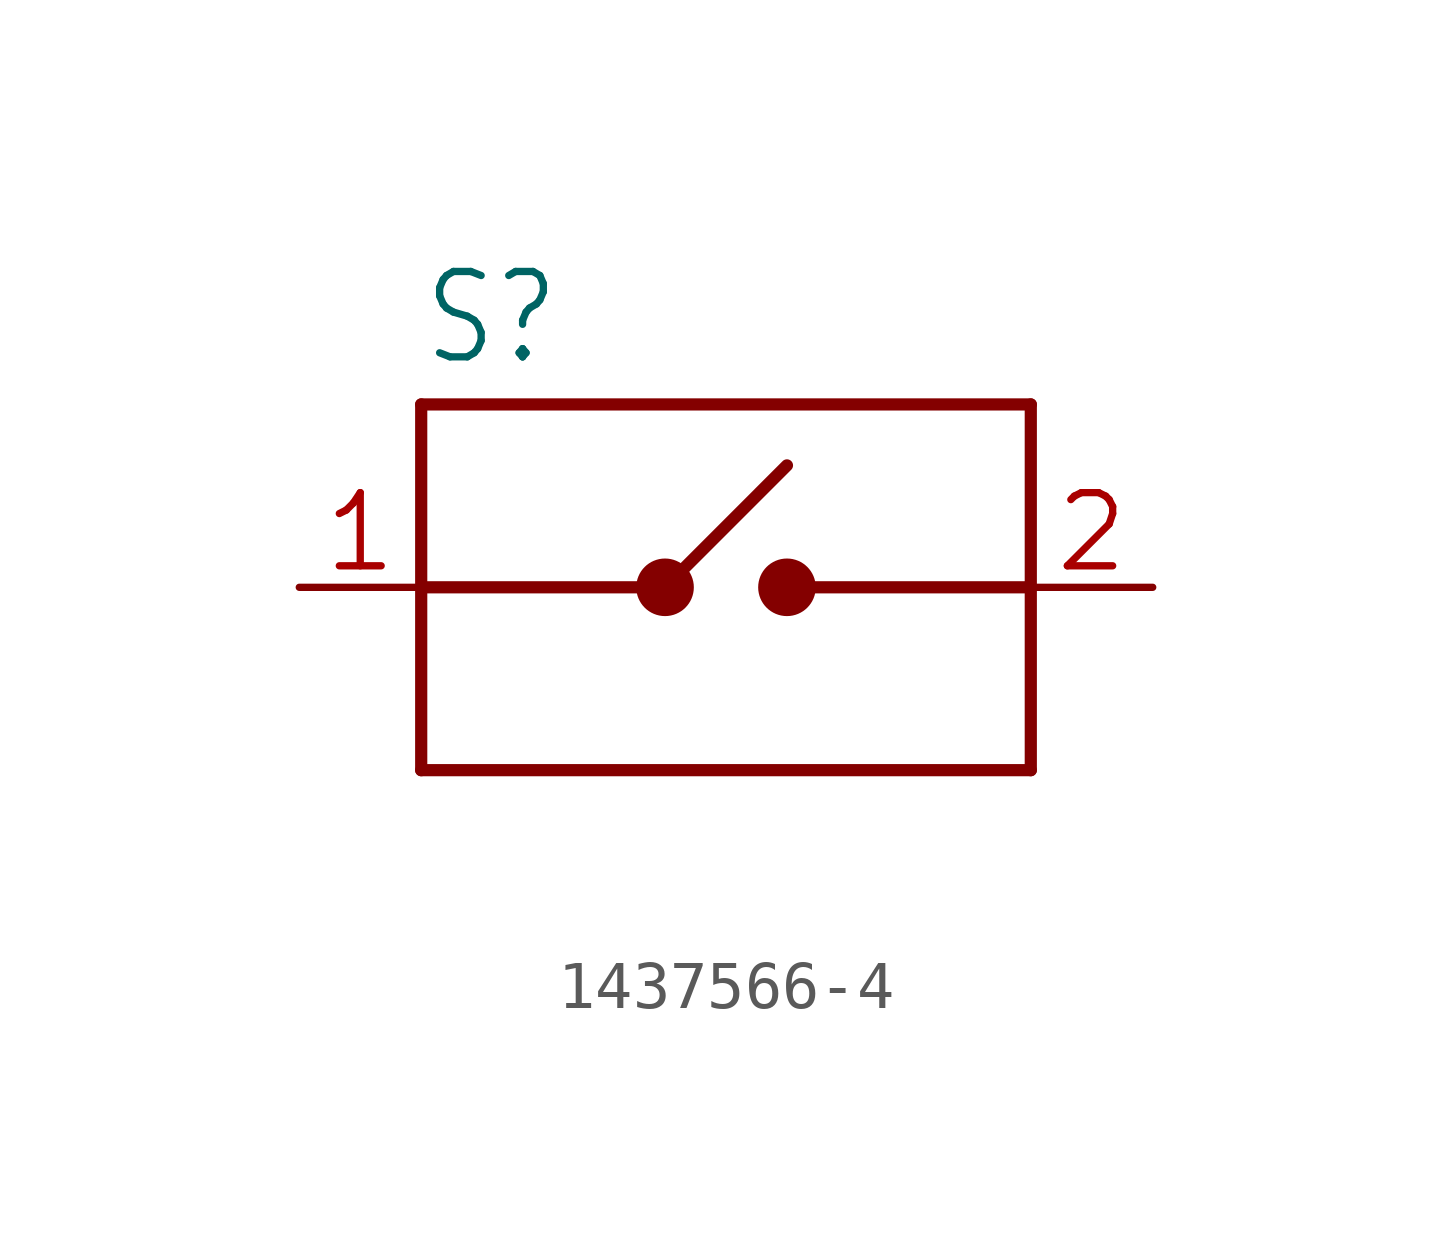
<source format=kicad_sym>
(kicad_symbol_lib
  (version 20241209)
  (generator "kicad_symbol_editor")
  (generator_version "9.0")
  (symbol "1437566-4"
    (property "Reference" "S"
      (at -5.084 4.576 0)
      (effects (font (size 1.779 1.512)) (justify left bottom)))
    (property "Value" ""
      (at -5.085 -6.102 0)
      (effects (font (size 1.78 1.513)) (justify left bottom)))
    (property "ki_locked" ""
      (at 0 0 0)
      (effects (font (size 1.27 1.27))))
    (symbol "1437566-4_1_0"
      (polyline (pts (xy -5.08 3.81) (xy -5.08 0)) (stroke (width 0.254) (type solid)) (fill (type none)))
      (polyline (pts (xy -5.08 0) (xy -5.08 -3.81)) (stroke (width 0.254) (type solid)) (fill (type none)))
      (polyline (pts (xy -5.08 0) (xy 0 0)) (stroke (width 0.254) (type solid)) (fill (type none)))
      (polyline (pts (xy -5.08 -3.81) (xy 7.62 -3.81)) (stroke (width 0.254) (type solid)) (fill (type none)))
      (polyline (pts (xy 0 0) (xy 2.54 2.54)) (stroke (width 0.254) (type solid)) (fill (type none)))
      (circle (center 0 0) (radius 0.1) (stroke (width 0.5) (type solid)) (fill (type none)))
      (circle (center 2.54 0) (radius 0.1) (stroke (width 0.5) (type solid)) (fill (type none)))
      (polyline (pts (xy 7.62 3.81) (xy -5.08 3.81)) (stroke (width 0.254) (type solid)) (fill (type none)))
      (polyline (pts (xy 7.62 0) (xy 2.54 0)) (stroke (width 0.254) (type solid)) (fill (type none)))
      (polyline (pts (xy 7.62 0) (xy 7.62 3.81)) (stroke (width 0.254) (type solid)) (fill (type none)))
      (polyline (pts (xy 7.62 -3.81) (xy 7.62 0)) (stroke (width 0.254) (type solid)) (fill (type none)))
      (pin passive line (at -7.62 0 0) (length 2.54) (name "1" (effects (font (size 0 0)))) (number "1" (effects (font (size 1.524 1.524)))))
      (pin passive line (at 10.16 0 180) (length 2.54) (name "2" (effects (font (size 0 0)))) (number "2" (effects (font (size 1.524 1.524))))))))
</source>
